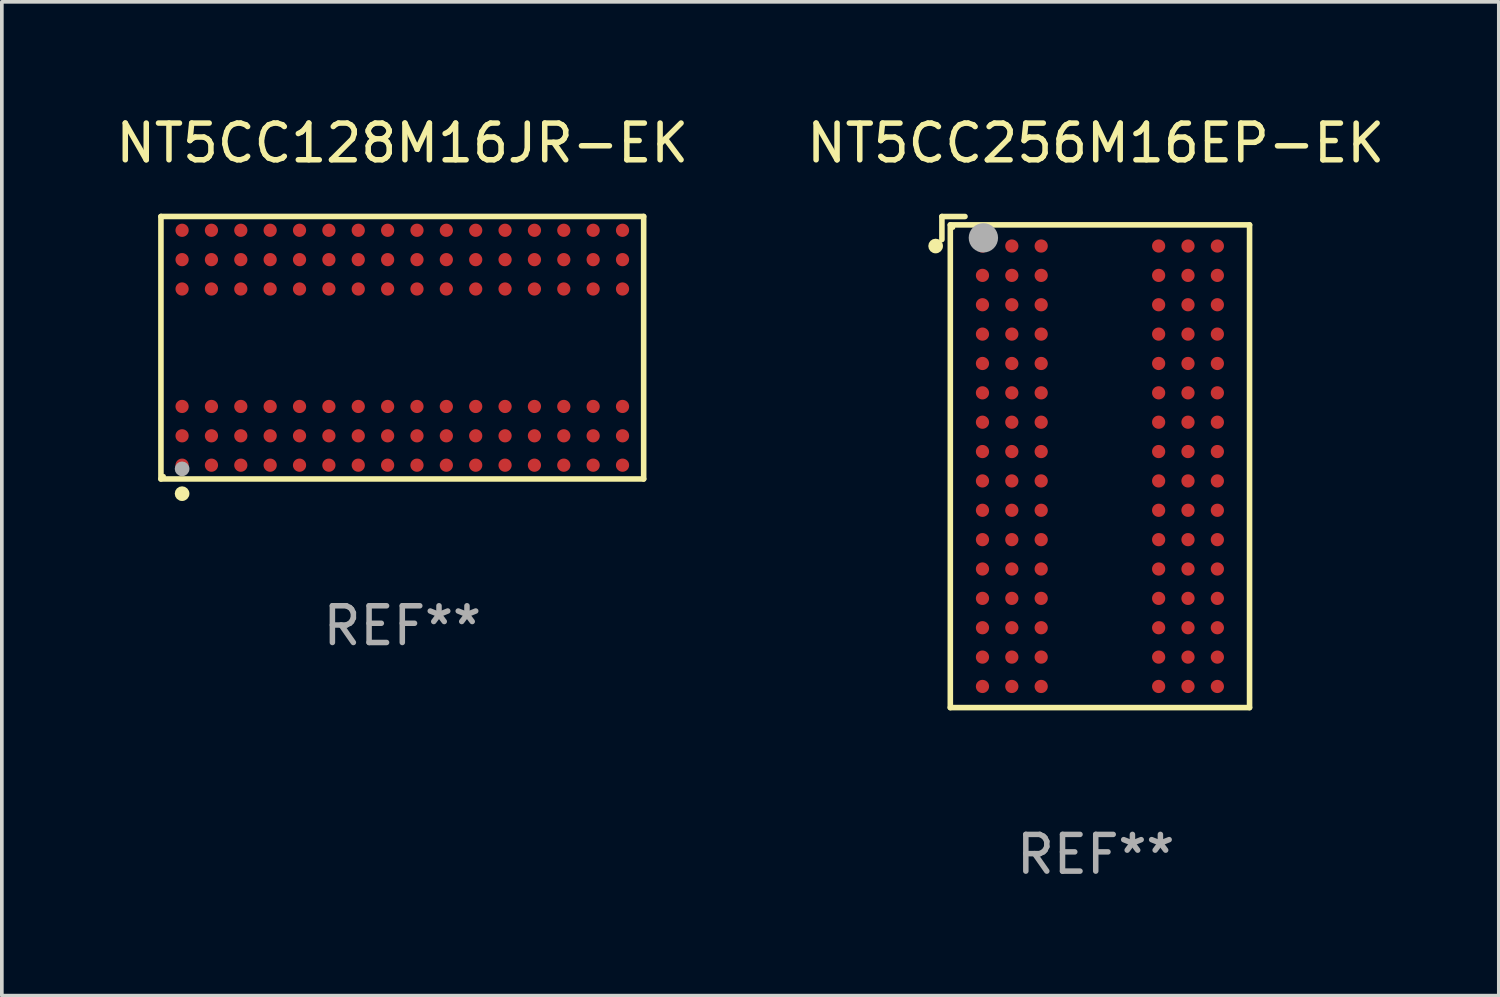
<source format=kicad_pcb>
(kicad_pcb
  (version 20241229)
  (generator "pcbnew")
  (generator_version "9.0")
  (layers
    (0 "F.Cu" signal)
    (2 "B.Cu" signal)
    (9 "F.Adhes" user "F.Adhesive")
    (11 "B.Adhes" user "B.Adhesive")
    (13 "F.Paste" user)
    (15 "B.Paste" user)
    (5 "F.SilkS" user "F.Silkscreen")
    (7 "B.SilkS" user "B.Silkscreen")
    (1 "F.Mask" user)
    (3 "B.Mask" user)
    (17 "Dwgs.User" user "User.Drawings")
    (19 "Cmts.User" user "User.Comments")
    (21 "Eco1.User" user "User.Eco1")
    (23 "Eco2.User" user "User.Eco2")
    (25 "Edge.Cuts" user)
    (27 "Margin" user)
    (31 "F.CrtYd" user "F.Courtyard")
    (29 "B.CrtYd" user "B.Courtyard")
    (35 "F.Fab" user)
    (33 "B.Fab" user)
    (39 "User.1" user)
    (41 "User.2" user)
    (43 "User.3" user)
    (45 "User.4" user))
  (footprint "NT5CC128M16JR-EK"
    (layer "F.Cu")
    (at 7.911 6.424)
    (property "Reference" "NT5CC128M16JR-EK" (at 0 -5.576 0) (layer "F.SilkS") (effects (font (size 1 1) (thickness 0.15))))
    (attr through_hole)
    (fp_line (start -6.576 -3.576) (end 6.576 -3.576) (stroke (width 0.152) (type solid)) (layer "F.SilkS"))
    (fp_line (start -6.576 3.576) (end -6.576 -3.576) (stroke (width 0.152) (type solid)) (layer "F.SilkS"))
    (fp_line (start 6.576 -3.576) (end 6.576 3.576) (stroke (width 0.152) (type solid)) (layer "F.SilkS"))
    (fp_line (start 6.576 3.576) (end -6.576 3.576) (stroke (width 0.152) (type solid)) (layer "F.SilkS"))
    (fp_circle (center -6.5 3.5) (end -6.47 3.5) (stroke (width 0.06) (type solid)) (fill no) (layer "F.SilkS"))
    (fp_circle (center -6 3.976) (end -5.9 3.976) (stroke (width 0.2) (type solid)) (fill no) (layer "F.SilkS"))
    (fp_circle (center -6 3.3) (end -5.9 3.3) (stroke (width 0.2) (type solid)) (fill no) (layer "F.Fab"))
    (fp_text user "REF**" (at 0 7.576 0) (layer "F.Fab") (effects (font (size 1 1) (thickness 0.15))))
    (pad "A1" smd circle (at -6 3.2) (size 0.36 0.36) (layers "F.Cu" "F.Mask" "F.Paste"))
    (pad "A2" smd circle (at -6 2.4) (size 0.36 0.36) (layers "F.Cu" "F.Mask" "F.Paste"))
    (pad "A3" smd circle (at -6 1.6) (size 0.36 0.36) (layers "F.Cu" "F.Mask" "F.Paste"))
    (pad "A7" smd circle (at -6 -1.6) (size 0.36 0.36) (layers "F.Cu" "F.Mask" "F.Paste"))
    (pad "A8" smd circle (at -6 -2.4) (size 0.36 0.36) (layers "F.Cu" "F.Mask" "F.Paste"))
    (pad "A9" smd circle (at -6 -3.2) (size 0.36 0.36) (layers "F.Cu" "F.Mask" "F.Paste"))
    (pad "B1" smd circle (at -5.2 3.2) (size 0.36 0.36) (layers "F.Cu" "F.Mask" "F.Paste"))
    (pad "B2" smd circle (at -5.2 2.4) (size 0.36 0.36) (layers "F.Cu" "F.Mask" "F.Paste"))
    (pad "B3" smd circle (at -5.2 1.6) (size 0.36 0.36) (layers "F.Cu" "F.Mask" "F.Paste"))
    (pad "B7" smd circle (at -5.2 -1.6) (size 0.36 0.36) (layers "F.Cu" "F.Mask" "F.Paste"))
    (pad "B8" smd circle (at -5.2 -2.4) (size 0.36 0.36) (layers "F.Cu" "F.Mask" "F.Paste"))
    (pad "B9" smd circle (at -5.2 -3.2) (size 0.36 0.36) (layers "F.Cu" "F.Mask" "F.Paste"))
    (pad "C1" smd circle (at -4.4 3.2) (size 0.36 0.36) (layers "F.Cu" "F.Mask" "F.Paste"))
    (pad "C2" smd circle (at -4.4 2.4) (size 0.36 0.36) (layers "F.Cu" "F.Mask" "F.Paste"))
    (pad "C3" smd circle (at -4.4 1.6) (size 0.36 0.36) (layers "F.Cu" "F.Mask" "F.Paste"))
    (pad "C7" smd circle (at -4.4 -1.6) (size 0.36 0.36) (layers "F.Cu" "F.Mask" "F.Paste"))
    (pad "C8" smd circle (at -4.4 -2.4) (size 0.36 0.36) (layers "F.Cu" "F.Mask" "F.Paste"))
    (pad "C9" smd circle (at -4.4 -3.2) (size 0.36 0.36) (layers "F.Cu" "F.Mask" "F.Paste"))
    (pad "D1" smd circle (at -3.6 3.2) (size 0.36 0.36) (layers "F.Cu" "F.Mask" "F.Paste"))
    (pad "D2" smd circle (at -3.6 2.4) (size 0.36 0.36) (layers "F.Cu" "F.Mask" "F.Paste"))
    (pad "D3" smd circle (at -3.6 1.6) (size 0.36 0.36) (layers "F.Cu" "F.Mask" "F.Paste"))
    (pad "D7" smd circle (at -3.6 -1.6) (size 0.36 0.36) (layers "F.Cu" "F.Mask" "F.Paste"))
    (pad "D8" smd circle (at -3.6 -2.4) (size 0.36 0.36) (layers "F.Cu" "F.Mask" "F.Paste"))
    (pad "D9" smd circle (at -3.6 -3.2) (size 0.36 0.36) (layers "F.Cu" "F.Mask" "F.Paste"))
    (pad "E1" smd circle (at -2.8 3.2) (size 0.36 0.36) (layers "F.Cu" "F.Mask" "F.Paste"))
    (pad "E2" smd circle (at -2.8 2.4) (size 0.36 0.36) (layers "F.Cu" "F.Mask" "F.Paste"))
    (pad "E3" smd circle (at -2.8 1.6) (size 0.36 0.36) (layers "F.Cu" "F.Mask" "F.Paste"))
    (pad "E7" smd circle (at -2.8 -1.6) (size 0.36 0.36) (layers "F.Cu" "F.Mask" "F.Paste"))
    (pad "E8" smd circle (at -2.8 -2.4) (size 0.36 0.36) (layers "F.Cu" "F.Mask" "F.Paste"))
    (pad "E9" smd circle (at -2.8 -3.2) (size 0.36 0.36) (layers "F.Cu" "F.Mask" "F.Paste"))
    (pad "F1" smd circle (at -2 3.2) (size 0.36 0.36) (layers "F.Cu" "F.Mask" "F.Paste"))
    (pad "F2" smd circle (at -2 2.4) (size 0.36 0.36) (layers "F.Cu" "F.Mask" "F.Paste"))
    (pad "F3" smd circle (at -2 1.6) (size 0.36 0.36) (layers "F.Cu" "F.Mask" "F.Paste"))
    (pad "F7" smd circle (at -2 -1.6) (size 0.36 0.36) (layers "F.Cu" "F.Mask" "F.Paste"))
    (pad "F8" smd circle (at -2 -2.4) (size 0.36 0.36) (layers "F.Cu" "F.Mask" "F.Paste"))
    (pad "F9" smd circle (at -2 -3.2) (size 0.36 0.36) (layers "F.Cu" "F.Mask" "F.Paste"))
    (pad "G1" smd circle (at -1.2 3.2) (size 0.36 0.36) (layers "F.Cu" "F.Mask" "F.Paste"))
    (pad "G2" smd circle (at -1.2 2.4) (size 0.36 0.36) (layers "F.Cu" "F.Mask" "F.Paste"))
    (pad "G3" smd circle (at -1.2 1.6) (size 0.36 0.36) (layers "F.Cu" "F.Mask" "F.Paste"))
    (pad "G7" smd circle (at -1.2 -1.6) (size 0.36 0.36) (layers "F.Cu" "F.Mask" "F.Paste"))
    (pad "G8" smd circle (at -1.2 -2.4) (size 0.36 0.36) (layers "F.Cu" "F.Mask" "F.Paste"))
    (pad "G9" smd circle (at -1.2 -3.2) (size 0.36 0.36) (layers "F.Cu" "F.Mask" "F.Paste"))
    (pad "H1" smd circle (at -0.4 3.2) (size 0.36 0.36) (layers "F.Cu" "F.Mask" "F.Paste"))
    (pad "H2" smd circle (at -0.4 2.4) (size 0.36 0.36) (layers "F.Cu" "F.Mask" "F.Paste"))
    (pad "H3" smd circle (at -0.4 1.6) (size 0.36 0.36) (layers "F.Cu" "F.Mask" "F.Paste"))
    (pad "H7" smd circle (at -0.4 -1.6) (size 0.36 0.36) (layers "F.Cu" "F.Mask" "F.Paste"))
    (pad "H8" smd circle (at -0.4 -2.4) (size 0.36 0.36) (layers "F.Cu" "F.Mask" "F.Paste"))
    (pad "H9" smd circle (at -0.4 -3.2) (size 0.36 0.36) (layers "F.Cu" "F.Mask" "F.Paste"))
    (pad "J1" smd circle (at 0.4 3.2) (size 0.36 0.36) (layers "F.Cu" "F.Mask" "F.Paste"))
    (pad "J2" smd circle (at 0.4 2.4) (size 0.36 0.36) (layers "F.Cu" "F.Mask" "F.Paste"))
    (pad "J3" smd circle (at 0.4 1.6) (size 0.36 0.36) (layers "F.Cu" "F.Mask" "F.Paste"))
    (pad "J7" smd circle (at 0.4 -1.6) (size 0.36 0.36) (layers "F.Cu" "F.Mask" "F.Paste"))
    (pad "J8" smd circle (at 0.4 -2.4) (size 0.36 0.36) (layers "F.Cu" "F.Mask" "F.Paste"))
    (pad "J9" smd circle (at 0.4 -3.2) (size 0.36 0.36) (layers "F.Cu" "F.Mask" "F.Paste"))
    (pad "K1" smd circle (at 1.2 3.2) (size 0.36 0.36) (layers "F.Cu" "F.Mask" "F.Paste"))
    (pad "K2" smd circle (at 1.2 2.4) (size 0.36 0.36) (layers "F.Cu" "F.Mask" "F.Paste"))
    (pad "K3" smd circle (at 1.2 1.6) (size 0.36 0.36) (layers "F.Cu" "F.Mask" "F.Paste"))
    (pad "K7" smd circle (at 1.2 -1.6) (size 0.36 0.36) (layers "F.Cu" "F.Mask" "F.Paste"))
    (pad "K8" smd circle (at 1.2 -2.4) (size 0.36 0.36) (layers "F.Cu" "F.Mask" "F.Paste"))
    (pad "K9" smd circle (at 1.2 -3.2) (size 0.36 0.36) (layers "F.Cu" "F.Mask" "F.Paste"))
    (pad "L1" smd circle (at 2 3.2) (size 0.36 0.36) (layers "F.Cu" "F.Mask" "F.Paste"))
    (pad "L2" smd circle (at 2 2.4) (size 0.36 0.36) (layers "F.Cu" "F.Mask" "F.Paste"))
    (pad "L3" smd circle (at 2 1.6) (size 0.36 0.36) (layers "F.Cu" "F.Mask" "F.Paste"))
    (pad "L7" smd circle (at 2 -1.6) (size 0.36 0.36) (layers "F.Cu" "F.Mask" "F.Paste"))
    (pad "L8" smd circle (at 2 -2.4) (size 0.36 0.36) (layers "F.Cu" "F.Mask" "F.Paste"))
    (pad "L9" smd circle (at 2 -3.2) (size 0.36 0.36) (layers "F.Cu" "F.Mask" "F.Paste"))
    (pad "M1" smd circle (at 2.8 3.2) (size 0.36 0.36) (layers "F.Cu" "F.Mask" "F.Paste"))
    (pad "M2" smd circle (at 2.8 2.4) (size 0.36 0.36) (layers "F.Cu" "F.Mask" "F.Paste"))
    (pad "M3" smd circle (at 2.8 1.6) (size 0.36 0.36) (layers "F.Cu" "F.Mask" "F.Paste"))
    (pad "M7" smd circle (at 2.8 -1.6) (size 0.36 0.36) (layers "F.Cu" "F.Mask" "F.Paste"))
    (pad "M8" smd circle (at 2.8 -2.4) (size 0.36 0.36) (layers "F.Cu" "F.Mask" "F.Paste"))
    (pad "M9" smd circle (at 2.8 -3.2) (size 0.36 0.36) (layers "F.Cu" "F.Mask" "F.Paste"))
    (pad "N1" smd circle (at 3.6 3.2) (size 0.36 0.36) (layers "F.Cu" "F.Mask" "F.Paste"))
    (pad "N2" smd circle (at 3.6 2.4) (size 0.36 0.36) (layers "F.Cu" "F.Mask" "F.Paste"))
    (pad "N3" smd circle (at 3.6 1.6) (size 0.36 0.36) (layers "F.Cu" "F.Mask" "F.Paste"))
    (pad "N7" smd circle (at 3.6 -1.6) (size 0.36 0.36) (layers "F.Cu" "F.Mask" "F.Paste"))
    (pad "N8" smd circle (at 3.6 -2.4) (size 0.36 0.36) (layers "F.Cu" "F.Mask" "F.Paste"))
    (pad "N9" smd circle (at 3.6 -3.2) (size 0.36 0.36) (layers "F.Cu" "F.Mask" "F.Paste"))
    (pad "P1" smd circle (at 4.4 3.2) (size 0.36 0.36) (layers "F.Cu" "F.Mask" "F.Paste"))
    (pad "P2" smd circle (at 4.4 2.4) (size 0.36 0.36) (layers "F.Cu" "F.Mask" "F.Paste"))
    (pad "P3" smd circle (at 4.4 1.6) (size 0.36 0.36) (layers "F.Cu" "F.Mask" "F.Paste"))
    (pad "P7" smd circle (at 4.4 -1.6) (size 0.36 0.36) (layers "F.Cu" "F.Mask" "F.Paste"))
    (pad "P8" smd circle (at 4.4 -2.4) (size 0.36 0.36) (layers "F.Cu" "F.Mask" "F.Paste"))
    (pad "P9" smd circle (at 4.4 -3.2) (size 0.36 0.36) (layers "F.Cu" "F.Mask" "F.Paste"))
    (pad "R1" smd circle (at 5.2 3.2) (size 0.36 0.36) (layers "F.Cu" "F.Mask" "F.Paste"))
    (pad "R2" smd circle (at 5.2 2.4) (size 0.36 0.36) (layers "F.Cu" "F.Mask" "F.Paste"))
    (pad "R3" smd circle (at 5.2 1.6) (size 0.36 0.36) (layers "F.Cu" "F.Mask" "F.Paste"))
    (pad "R7" smd circle (at 5.2 -1.6) (size 0.36 0.36) (layers "F.Cu" "F.Mask" "F.Paste"))
    (pad "R8" smd circle (at 5.2 -2.4) (size 0.36 0.36) (layers "F.Cu" "F.Mask" "F.Paste"))
    (pad "R9" smd circle (at 5.2 -3.2) (size 0.36 0.36) (layers "F.Cu" "F.Mask" "F.Paste"))
    (pad "T1" smd circle (at 6 3.2) (size 0.36 0.36) (layers "F.Cu" "F.Mask" "F.Paste"))
    (pad "T2" smd circle (at 6 2.4) (size 0.36 0.36) (layers "F.Cu" "F.Mask" "F.Paste"))
    (pad "T3" smd circle (at 6 1.6) (size 0.36 0.36) (layers "F.Cu" "F.Mask" "F.Paste"))
    (pad "T7" smd circle (at 6 -1.6) (size 0.36 0.36) (layers "F.Cu" "F.Mask" "F.Paste"))
    (pad "T8" smd circle (at 6 -2.4) (size 0.36 0.36) (layers "F.Cu" "F.Mask" "F.Paste"))
    (pad "T9" smd circle (at 6 -3.2) (size 0.36 0.36) (layers "F.Cu" "F.Mask" "F.Paste")))
  (footprint "NT5CC256M16EP-EK"
    (layer "F.Cu")
    (at 26.804 9.539)
    (property "Reference" "NT5CC256M16EP-EK" (at 0 -8.69 0) (layer "F.SilkS") (effects (font (size 1 1) (thickness 0.15))))
    (attr through_hole)
    (fp_line (start -4.191 -6.69) (end -4.191 -6.062) (stroke (width 0.152) (type solid)) (layer "F.SilkS"))
    (fp_line (start -3.962 -6.462) (end 4.191 -6.462) (stroke (width 0.152) (type solid)) (layer "F.SilkS"))
    (fp_line (start -3.962 6.69) (end -3.962 -6.462) (stroke (width 0.152) (type solid)) (layer "F.SilkS"))
    (fp_line (start -3.562 -6.69) (end -4.191 -6.69) (stroke (width 0.152) (type solid)) (layer "F.SilkS"))
    (fp_line (start 4.191 -6.462) (end 4.191 6.69) (stroke (width 0.152) (type solid)) (layer "F.SilkS"))
    (fp_line (start 4.191 6.69) (end -3.962 6.69) (stroke (width 0.152) (type solid)) (layer "F.SilkS"))
    (fp_circle (center -4.362 -5.886) (end -4.262 -5.886) (stroke (width 0.2) (type solid)) (fill no) (layer "F.SilkS"))
    (fp_circle (center -3.886 -6.386) (end -3.856 -6.386) (stroke (width 0.06) (type solid)) (fill no) (layer "F.SilkS"))
    (fp_circle (center -3.061 -6.109) (end -2.861 -6.109) (stroke (width 0.4) (type solid)) (fill no) (layer "F.Fab"))
    (fp_text user "REF**" (at 0 10.69 0) (layer "F.Fab") (effects (font (size 1 1) (thickness 0.15))))
    (pad "A1" smd circle (at -3.086 -5.886) (size 0.36 0.36) (layers "F.Cu" "F.Mask" "F.Paste"))
    (pad "A2" smd circle (at -2.286 -5.886) (size 0.36 0.36) (layers "F.Cu" "F.Mask" "F.Paste"))
    (pad "A3" smd circle (at -1.486 -5.886) (size 0.36 0.36) (layers "F.Cu" "F.Mask" "F.Paste"))
    (pad "A7" smd circle (at 1.714 -5.886) (size 0.36 0.36) (layers "F.Cu" "F.Mask" "F.Paste"))
    (pad "A8" smd circle (at 2.514 -5.886) (size 0.36 0.36) (layers "F.Cu" "F.Mask" "F.Paste"))
    (pad "A9" smd circle (at 3.314 -5.886) (size 0.36 0.36) (layers "F.Cu" "F.Mask" "F.Paste"))
    (pad "B1" smd circle (at -3.086 -5.086) (size 0.36 0.36) (layers "F.Cu" "F.Mask" "F.Paste"))
    (pad "B2" smd circle (at -2.286 -5.086) (size 0.36 0.36) (layers "F.Cu" "F.Mask" "F.Paste"))
    (pad "B3" smd circle (at -1.486 -5.086) (size 0.36 0.36) (layers "F.Cu" "F.Mask" "F.Paste"))
    (pad "B7" smd circle (at 1.714 -5.086) (size 0.36 0.36) (layers "F.Cu" "F.Mask" "F.Paste"))
    (pad "B8" smd circle (at 2.514 -5.086) (size 0.36 0.36) (layers "F.Cu" "F.Mask" "F.Paste"))
    (pad "B9" smd circle (at 3.314 -5.086) (size 0.36 0.36) (layers "F.Cu" "F.Mask" "F.Paste"))
    (pad "C1" smd circle (at -3.086 -4.286) (size 0.36 0.36) (layers "F.Cu" "F.Mask" "F.Paste"))
    (pad "C2" smd circle (at -2.286 -4.286) (size 0.36 0.36) (layers "F.Cu" "F.Mask" "F.Paste"))
    (pad "C3" smd circle (at -1.486 -4.286) (size 0.36 0.36) (layers "F.Cu" "F.Mask" "F.Paste"))
    (pad "C7" smd circle (at 1.714 -4.286) (size 0.36 0.36) (layers "F.Cu" "F.Mask" "F.Paste"))
    (pad "C8" smd circle (at 2.514 -4.286) (size 0.36 0.36) (layers "F.Cu" "F.Mask" "F.Paste"))
    (pad "C9" smd circle (at 3.314 -4.286) (size 0.36 0.36) (layers "F.Cu" "F.Mask" "F.Paste"))
    (pad "D1" smd circle (at -3.086 -3.486) (size 0.36 0.36) (layers "F.Cu" "F.Mask" "F.Paste"))
    (pad "D2" smd circle (at -2.286 -3.486) (size 0.36 0.36) (layers "F.Cu" "F.Mask" "F.Paste"))
    (pad "D3" smd circle (at -1.486 -3.486) (size 0.36 0.36) (layers "F.Cu" "F.Mask" "F.Paste"))
    (pad "D7" smd circle (at 1.714 -3.486) (size 0.36 0.36) (layers "F.Cu" "F.Mask" "F.Paste"))
    (pad "D8" smd circle (at 2.514 -3.486) (size 0.36 0.36) (layers "F.Cu" "F.Mask" "F.Paste"))
    (pad "D9" smd circle (at 3.314 -3.486) (size 0.36 0.36) (layers "F.Cu" "F.Mask" "F.Paste"))
    (pad "E1" smd circle (at -3.086 -2.686) (size 0.36 0.36) (layers "F.Cu" "F.Mask" "F.Paste"))
    (pad "E2" smd circle (at -2.286 -2.686) (size 0.36 0.36) (layers "F.Cu" "F.Mask" "F.Paste"))
    (pad "E3" smd circle (at -1.486 -2.686) (size 0.36 0.36) (layers "F.Cu" "F.Mask" "F.Paste"))
    (pad "E7" smd circle (at 1.714 -2.686) (size 0.36 0.36) (layers "F.Cu" "F.Mask" "F.Paste"))
    (pad "E8" smd circle (at 2.514 -2.686) (size 0.36 0.36) (layers "F.Cu" "F.Mask" "F.Paste"))
    (pad "E9" smd circle (at 3.314 -2.686) (size 0.36 0.36) (layers "F.Cu" "F.Mask" "F.Paste"))
    (pad "F1" smd circle (at -3.086 -1.886) (size 0.36 0.36) (layers "F.Cu" "F.Mask" "F.Paste"))
    (pad "F2" smd circle (at -2.286 -1.886) (size 0.36 0.36) (layers "F.Cu" "F.Mask" "F.Paste"))
    (pad "F3" smd circle (at -1.486 -1.886) (size 0.36 0.36) (layers "F.Cu" "F.Mask" "F.Paste"))
    (pad "F7" smd circle (at 1.714 -1.886) (size 0.36 0.36) (layers "F.Cu" "F.Mask" "F.Paste"))
    (pad "F8" smd circle (at 2.514 -1.886) (size 0.36 0.36) (layers "F.Cu" "F.Mask" "F.Paste"))
    (pad "F9" smd circle (at 3.314 -1.886) (size 0.36 0.36) (layers "F.Cu" "F.Mask" "F.Paste"))
    (pad "G1" smd circle (at -3.086 -1.086) (size 0.36 0.36) (layers "F.Cu" "F.Mask" "F.Paste"))
    (pad "G2" smd circle (at -2.286 -1.086) (size 0.36 0.36) (layers "F.Cu" "F.Mask" "F.Paste"))
    (pad "G3" smd circle (at -1.486 -1.086) (size 0.36 0.36) (layers "F.Cu" "F.Mask" "F.Paste"))
    (pad "G7" smd circle (at 1.714 -1.086) (size 0.36 0.36) (layers "F.Cu" "F.Mask" "F.Paste"))
    (pad "G8" smd circle (at 2.514 -1.086) (size 0.36 0.36) (layers "F.Cu" "F.Mask" "F.Paste"))
    (pad "G9" smd circle (at 3.314 -1.086) (size 0.36 0.36) (layers "F.Cu" "F.Mask" "F.Paste"))
    (pad "H1" smd circle (at -3.086 -0.286) (size 0.36 0.36) (layers "F.Cu" "F.Mask" "F.Paste"))
    (pad "H2" smd circle (at -2.286 -0.286) (size 0.36 0.36) (layers "F.Cu" "F.Mask" "F.Paste"))
    (pad "H3" smd circle (at -1.486 -0.286) (size 0.36 0.36) (layers "F.Cu" "F.Mask" "F.Paste"))
    (pad "H7" smd circle (at 1.714 -0.286) (size 0.36 0.36) (layers "F.Cu" "F.Mask" "F.Paste"))
    (pad "H8" smd circle (at 2.514 -0.286) (size 0.36 0.36) (layers "F.Cu" "F.Mask" "F.Paste"))
    (pad "H9" smd circle (at 3.314 -0.286) (size 0.36 0.36) (layers "F.Cu" "F.Mask" "F.Paste"))
    (pad "J1" smd circle (at -3.086 0.514) (size 0.36 0.36) (layers "F.Cu" "F.Mask" "F.Paste"))
    (pad "J2" smd circle (at -2.286 0.514) (size 0.36 0.36) (layers "F.Cu" "F.Mask" "F.Paste"))
    (pad "J3" smd circle (at -1.486 0.514) (size 0.36 0.36) (layers "F.Cu" "F.Mask" "F.Paste"))
    (pad "J7" smd circle (at 1.714 0.514) (size 0.36 0.36) (layers "F.Cu" "F.Mask" "F.Paste"))
    (pad "J8" smd circle (at 2.514 0.514) (size 0.36 0.36) (layers "F.Cu" "F.Mask" "F.Paste"))
    (pad "J9" smd circle (at 3.314 0.514) (size 0.36 0.36) (layers "F.Cu" "F.Mask" "F.Paste"))
    (pad "K1" smd circle (at -3.086 1.314) (size 0.36 0.36) (layers "F.Cu" "F.Mask" "F.Paste"))
    (pad "K2" smd circle (at -2.286 1.314) (size 0.36 0.36) (layers "F.Cu" "F.Mask" "F.Paste"))
    (pad "K3" smd circle (at -1.486 1.314) (size 0.36 0.36) (layers "F.Cu" "F.Mask" "F.Paste"))
    (pad "K7" smd circle (at 1.714 1.314) (size 0.36 0.36) (layers "F.Cu" "F.Mask" "F.Paste"))
    (pad "K8" smd circle (at 2.514 1.314) (size 0.36 0.36) (layers "F.Cu" "F.Mask" "F.Paste"))
    (pad "K9" smd circle (at 3.314 1.314) (size 0.36 0.36) (layers "F.Cu" "F.Mask" "F.Paste"))
    (pad "L1" smd circle (at -3.086 2.114) (size 0.36 0.36) (layers "F.Cu" "F.Mask" "F.Paste"))
    (pad "L2" smd circle (at -2.286 2.114) (size 0.36 0.36) (layers "F.Cu" "F.Mask" "F.Paste"))
    (pad "L3" smd circle (at -1.486 2.114) (size 0.36 0.36) (layers "F.Cu" "F.Mask" "F.Paste"))
    (pad "L7" smd circle (at 1.714 2.114) (size 0.36 0.36) (layers "F.Cu" "F.Mask" "F.Paste"))
    (pad "L8" smd circle (at 2.514 2.114) (size 0.36 0.36) (layers "F.Cu" "F.Mask" "F.Paste"))
    (pad "L9" smd circle (at 3.314 2.114) (size 0.36 0.36) (layers "F.Cu" "F.Mask" "F.Paste"))
    (pad "M1" smd circle (at -3.086 2.914) (size 0.36 0.36) (layers "F.Cu" "F.Mask" "F.Paste"))
    (pad "M2" smd circle (at -2.286 2.914) (size 0.36 0.36) (layers "F.Cu" "F.Mask" "F.Paste"))
    (pad "M3" smd circle (at -1.486 2.914) (size 0.36 0.36) (layers "F.Cu" "F.Mask" "F.Paste"))
    (pad "M7" smd circle (at 1.714 2.914) (size 0.36 0.36) (layers "F.Cu" "F.Mask" "F.Paste"))
    (pad "M8" smd circle (at 2.514 2.914) (size 0.36 0.36) (layers "F.Cu" "F.Mask" "F.Paste"))
    (pad "M9" smd circle (at 3.314 2.914) (size 0.36 0.36) (layers "F.Cu" "F.Mask" "F.Paste"))
    (pad "N1" smd circle (at -3.086 3.714) (size 0.36 0.36) (layers "F.Cu" "F.Mask" "F.Paste"))
    (pad "N2" smd circle (at -2.286 3.714) (size 0.36 0.36) (layers "F.Cu" "F.Mask" "F.Paste"))
    (pad "N3" smd circle (at -1.486 3.714) (size 0.36 0.36) (layers "F.Cu" "F.Mask" "F.Paste"))
    (pad "N7" smd circle (at 1.714 3.714) (size 0.36 0.36) (layers "F.Cu" "F.Mask" "F.Paste"))
    (pad "N8" smd circle (at 2.514 3.714) (size 0.36 0.36) (layers "F.Cu" "F.Mask" "F.Paste"))
    (pad "N9" smd circle (at 3.314 3.714) (size 0.36 0.36) (layers "F.Cu" "F.Mask" "F.Paste"))
    (pad "P1" smd circle (at -3.086 4.514) (size 0.36 0.36) (layers "F.Cu" "F.Mask" "F.Paste"))
    (pad "P2" smd circle (at -2.286 4.514) (size 0.36 0.36) (layers "F.Cu" "F.Mask" "F.Paste"))
    (pad "P3" smd circle (at -1.486 4.514) (size 0.36 0.36) (layers "F.Cu" "F.Mask" "F.Paste"))
    (pad "P7" smd circle (at 1.714 4.514) (size 0.36 0.36) (layers "F.Cu" "F.Mask" "F.Paste"))
    (pad "P8" smd circle (at 2.514 4.514) (size 0.36 0.36) (layers "F.Cu" "F.Mask" "F.Paste"))
    (pad "P9" smd circle (at 3.314 4.514) (size 0.36 0.36) (layers "F.Cu" "F.Mask" "F.Paste"))
    (pad "R1" smd circle (at -3.086 5.314) (size 0.36 0.36) (layers "F.Cu" "F.Mask" "F.Paste"))
    (pad "R2" smd circle (at -2.286 5.314) (size 0.36 0.36) (layers "F.Cu" "F.Mask" "F.Paste"))
    (pad "R3" smd circle (at -1.486 5.314) (size 0.36 0.36) (layers "F.Cu" "F.Mask" "F.Paste"))
    (pad "R7" smd circle (at 1.714 5.314) (size 0.36 0.36) (layers "F.Cu" "F.Mask" "F.Paste"))
    (pad "R8" smd circle (at 2.514 5.314) (size 0.36 0.36) (layers "F.Cu" "F.Mask" "F.Paste"))
    (pad "R9" smd circle (at 3.314 5.314) (size 0.36 0.36) (layers "F.Cu" "F.Mask" "F.Paste"))
    (pad "T1" smd circle (at -3.086 6.114) (size 0.36 0.36) (layers "F.Cu" "F.Mask" "F.Paste"))
    (pad "T2" smd circle (at -2.286 6.114) (size 0.36 0.36) (layers "F.Cu" "F.Mask" "F.Paste"))
    (pad "T3" smd circle (at -1.486 6.114) (size 0.36 0.36) (layers "F.Cu" "F.Mask" "F.Paste"))
    (pad "T7" smd circle (at 1.714 6.114) (size 0.36 0.36) (layers "F.Cu" "F.Mask" "F.Paste"))
    (pad "T8" smd circle (at 2.514 6.114) (size 0.36 0.36) (layers "F.Cu" "F.Mask" "F.Paste"))
    (pad "T9" smd circle (at 3.314 6.114) (size 0.36 0.36) (layers "F.Cu" "F.Mask" "F.Paste")))
  (gr_rect
    (start -3 -3)
    (end 37.786 24.077)
    (stroke (width 0.1) (type default))
    (fill no)
    (layer "Edge.Cuts")))
</source>
